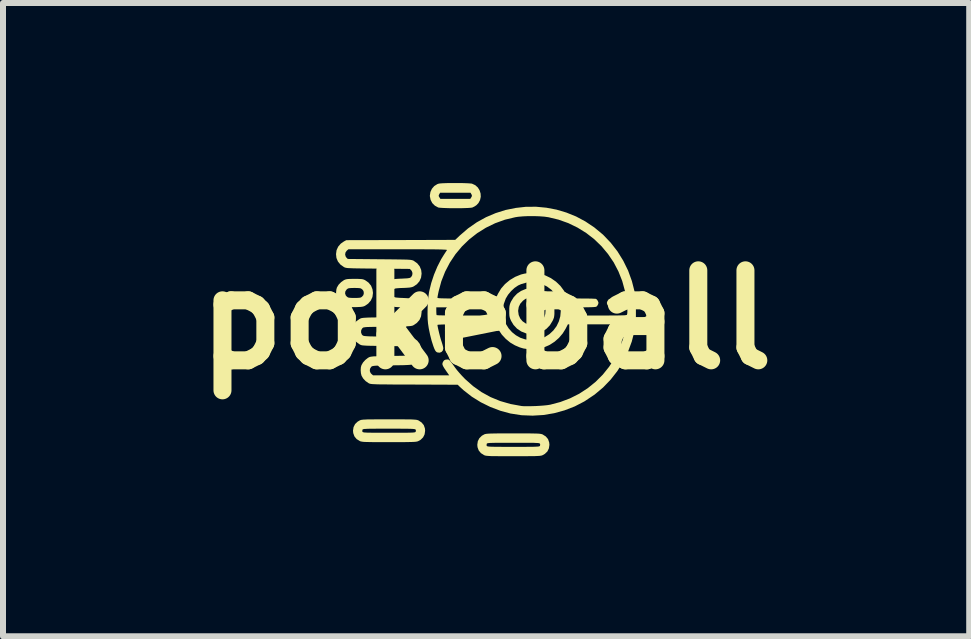
<source format=kicad_pcb>
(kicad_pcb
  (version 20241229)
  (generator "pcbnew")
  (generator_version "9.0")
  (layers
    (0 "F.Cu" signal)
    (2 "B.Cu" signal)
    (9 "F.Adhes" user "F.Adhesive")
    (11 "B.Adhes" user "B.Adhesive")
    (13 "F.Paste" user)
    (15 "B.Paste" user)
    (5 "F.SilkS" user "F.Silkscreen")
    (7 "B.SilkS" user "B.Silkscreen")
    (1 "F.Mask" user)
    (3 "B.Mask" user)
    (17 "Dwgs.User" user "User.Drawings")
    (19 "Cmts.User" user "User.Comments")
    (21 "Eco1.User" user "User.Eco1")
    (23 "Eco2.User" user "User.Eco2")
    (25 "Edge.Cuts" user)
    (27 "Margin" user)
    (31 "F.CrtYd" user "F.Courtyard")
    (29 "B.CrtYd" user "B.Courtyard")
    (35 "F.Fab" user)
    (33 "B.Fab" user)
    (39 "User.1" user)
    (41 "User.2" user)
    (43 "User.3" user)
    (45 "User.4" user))
  (footprint "pokeball"
    (layer "F.Cu")
    (at 5.05 2.276)
    (property "Reference" "pokeball" (at 0 0 0) (layer "F.SilkS") (effects (font (size 1.5 1.5) (thickness 0.3))))
    (attr board_only exclude_from_pos_files exclude_from_bom)
    (fp_poly (pts (xy -0.419 -2.276) (xy -0.357 -2.274) (xy -0.304 -2.272) (xy -0.262 -2.269) (xy -0.236 -2.266) (xy -0.234 -2.265) (xy -0.18 -2.24) (xy -0.138 -2.202) (xy -0.109 -2.155) (xy -0.092 -2.102) (xy -0.089 -2.047) (xy -0.101 -1.992) (xy -0.128 -1.942) (xy -0.16 -1.908) (xy -0.191 -1.887) (xy -0.225 -1.87) (xy -0.234 -1.867) (xy -0.256 -1.864) (xy -0.294 -1.861) (xy -0.345 -1.859) (xy -0.405 -1.857) (xy -0.47 -1.857) (xy -0.538 -1.857) (xy -0.604 -1.857) (xy -0.666 -1.859) (xy -0.72 -1.861) (xy -0.763 -1.864) (xy -0.792 -1.867) (xy -0.799 -1.869) (xy -0.854 -1.899) (xy -0.897 -1.942) (xy -0.925 -1.996) (xy -0.937 -2.057) (xy -0.937 -2.066) (xy -0.937 -2.069) (xy -0.79 -2.069) (xy -0.787 -2.052) (xy -0.778 -2.038) (xy -0.762 -2.012) (xy -0.513 -2.012) (xy -0.264 -2.012) (xy -0.247 -2.038) (xy -0.237 -2.058) (xy -0.238 -2.075) (xy -0.245 -2.089) (xy -0.26 -2.115) (xy -0.513 -2.115) (xy -0.766 -2.115) (xy -0.781 -2.089) (xy -0.79 -2.069) (xy -0.937 -2.069) (xy -0.928 -2.127) (xy -0.903 -2.181) (xy -0.864 -2.226) (xy -0.813 -2.258) (xy -0.792 -2.265) (xy -0.769 -2.269) (xy -0.731 -2.272) (xy -0.679 -2.274) (xy -0.619 -2.276) (xy -0.553 -2.276) (xy -0.485 -2.276)) (stroke (width 0) (type solid)) (fill yes) (layer "F.SilkS"))
    (fp_poly (pts (xy 0.813 -0.521) (xy 0.822 -0.52) (xy 0.907 -0.495) (xy 0.982 -0.454) (xy 1.045 -0.397) (xy 1.095 -0.328) (xy 1.108 -0.303) (xy 1.122 -0.271) (xy 1.131 -0.244) (xy 1.136 -0.216) (xy 1.138 -0.18) (xy 1.138 -0.142) (xy 1.138 -0.095) (xy 1.135 -0.061) (xy 1.13 -0.033) (xy 1.12 -0.006) (xy 1.108 0.02) (xy 1.062 0.095) (xy 1.003 0.155) (xy 0.932 0.201) (xy 0.855 0.229) (xy 0.789 0.241) (xy 0.728 0.241) (xy 0.665 0.229) (xy 0.585 0.197) (xy 0.515 0.15) (xy 0.457 0.088) (xy 0.416 0.02) (xy 0.402 -0.012) (xy 0.393 -0.039) (xy 0.388 -0.067) (xy 0.386 -0.103) (xy 0.386 -0.142) (xy 0.534 -0.142) (xy 0.543 -0.077) (xy 0.568 -0.02) (xy 0.606 0.026) (xy 0.655 0.061) (xy 0.712 0.082) (xy 0.776 0.087) (xy 0.834 0.077) (xy 0.873 0.059) (xy 0.914 0.027) (xy 0.95 -0.012) (xy 0.97 -0.043) (xy 0.986 -0.093) (xy 0.99 -0.151) (xy 0.982 -0.206) (xy 0.97 -0.24) (xy 0.932 -0.294) (xy 0.884 -0.334) (xy 0.83 -0.36) (xy 0.771 -0.371) (xy 0.712 -0.366) (xy 0.655 -0.345) (xy 0.614 -0.315) (xy 0.57 -0.266) (xy 0.544 -0.212) (xy 0.534 -0.151) (xy 0.534 -0.142) (xy 0.386 -0.142) (xy 0.386 -0.189) (xy 0.389 -0.223) (xy 0.395 -0.25) (xy 0.404 -0.277) (xy 0.416 -0.303) (xy 0.46 -0.374) (xy 0.516 -0.433) (xy 0.582 -0.478) (xy 0.656 -0.509) (xy 0.733 -0.524)) (stroke (width 0) (type solid)) (fill yes) (layer "F.SilkS"))
    (fp_poly (pts (xy -2.137 -0.679) (xy -2.097 -0.677) (xy -2.068 -0.675) (xy -2.046 -0.67) (xy -2.028 -0.663) (xy -2.017 -0.658) (xy -1.959 -0.617) (xy -1.917 -0.566) (xy -1.893 -0.505) (xy -1.885 -0.445) (xy -1.894 -0.377) (xy -1.921 -0.318) (xy -1.964 -0.268) (xy -2.017 -0.231) (xy -2.037 -0.222) (xy -2.06 -0.216) (xy -2.089 -0.212) (xy -2.13 -0.21) (xy -2.179 -0.208) (xy -2.228 -0.208) (xy -2.272 -0.209) (xy -2.306 -0.211) (xy -2.325 -0.214) (xy -2.325 -0.214) (xy -2.386 -0.242) (xy -2.437 -0.283) (xy -2.475 -0.333) (xy -2.486 -0.354) (xy -2.497 -0.398) (xy -2.5 -0.439) (xy -2.35 -0.439) (xy -2.339 -0.404) (xy -2.322 -0.385) (xy -2.308 -0.374) (xy -2.293 -0.367) (xy -2.271 -0.364) (xy -2.24 -0.362) (xy -2.193 -0.361) (xy -2.193 -0.361) (xy -2.147 -0.362) (xy -2.115 -0.364) (xy -2.094 -0.367) (xy -2.079 -0.374) (xy -2.065 -0.385) (xy -2.065 -0.385) (xy -2.045 -0.409) (xy -2.038 -0.439) (xy -2.038 -0.445) (xy -2.043 -0.476) (xy -2.061 -0.501) (xy -2.065 -0.504) (xy -2.079 -0.515) (xy -2.094 -0.522) (xy -2.115 -0.525) (xy -2.146 -0.527) (xy -2.193 -0.528) (xy -2.193 -0.528) (xy -2.24 -0.527) (xy -2.271 -0.525) (xy -2.292 -0.522) (xy -2.308 -0.515) (xy -2.322 -0.504) (xy -2.322 -0.504) (xy -2.344 -0.474) (xy -2.35 -0.439) (xy -2.5 -0.439) (xy -2.5 -0.451) (xy -2.495 -0.503) (xy -2.486 -0.535) (xy -2.458 -0.582) (xy -2.416 -0.625) (xy -2.369 -0.658) (xy -2.351 -0.666) (xy -2.332 -0.672) (xy -2.308 -0.676) (xy -2.275 -0.678) (xy -2.229 -0.679) (xy -2.193 -0.679)) (stroke (width 0) (type solid)) (fill yes) (layer "F.SilkS"))
    (fp_poly (pts (xy -1.511 1.661) (xy -1.422 1.661) (xy -1.35 1.662) (xy -1.292 1.662) (xy -1.246 1.663) (xy -1.21 1.665) (xy -1.183 1.667) (xy -1.163 1.669) (xy -1.148 1.672) (xy -1.137 1.676) (xy -1.128 1.679) (xy -1.076 1.713) (xy -1.039 1.757) (xy -1.02 1.811) (xy -1.016 1.851) (xy -1.025 1.912) (xy -1.05 1.962) (xy -1.092 2.003) (xy -1.128 2.023) (xy -1.139 2.028) (xy -1.151 2.031) (xy -1.166 2.034) (xy -1.187 2.036) (xy -1.216 2.038) (xy -1.253 2.039) (xy -1.301 2.04) (xy -1.362 2.041) (xy -1.437 2.041) (xy -1.528 2.041) (xy -1.617 2.041) (xy -1.723 2.041) (xy -1.811 2.041) (xy -1.884 2.041) (xy -1.942 2.04) (xy -1.988 2.039) (xy -2.023 2.038) (xy -2.05 2.036) (xy -2.07 2.033) (xy -2.085 2.03) (xy -2.097 2.027) (xy -2.105 2.023) (xy -2.158 1.99) (xy -2.194 1.946) (xy -2.214 1.891) (xy -2.217 1.859) (xy -2.064 1.859) (xy -2.06 1.868) (xy -2.057 1.872) (xy -2.051 1.876) (xy -2.04 1.878) (xy -2.024 1.881) (xy -1.999 1.882) (xy -1.965 1.884) (xy -1.919 1.884) (xy -1.861 1.885) (xy -1.787 1.885) (xy -1.697 1.885) (xy -1.617 1.885) (xy -1.513 1.885) (xy -1.427 1.885) (xy -1.358 1.885) (xy -1.302 1.884) (xy -1.259 1.883) (xy -1.228 1.882) (xy -1.205 1.88) (xy -1.19 1.878) (xy -1.181 1.875) (xy -1.176 1.871) (xy -1.173 1.868) (xy -1.17 1.843) (xy -1.174 1.834) (xy -1.177 1.83) (xy -1.184 1.827) (xy -1.195 1.824) (xy -1.213 1.822) (xy -1.239 1.82) (xy -1.274 1.819) (xy -1.322 1.818) (xy -1.383 1.818) (xy -1.459 1.817) (xy -1.551 1.817) (xy -1.617 1.817) (xy -1.721 1.817) (xy -1.807 1.817) (xy -1.876 1.818) (xy -1.932 1.818) (xy -1.975 1.819) (xy -2.006 1.821) (xy -2.029 1.822) (xy -2.044 1.825) (xy -2.053 1.828) (xy -2.058 1.831) (xy -2.06 1.834) (xy -2.064 1.859) (xy -2.217 1.859) (xy -2.218 1.851) (xy -2.209 1.791) (xy -2.183 1.74) (xy -2.141 1.7) (xy -2.105 1.679) (xy -2.095 1.675) (xy -2.083 1.671) (xy -2.067 1.669) (xy -2.046 1.666) (xy -2.018 1.665) (xy -1.981 1.663) (xy -1.933 1.662) (xy -1.872 1.662) (xy -1.797 1.661) (xy -1.705 1.661) (xy -1.617 1.661)) (stroke (width 0) (type solid)) (fill yes) (layer "F.SilkS"))
    (fp_poly (pts (xy 0.56 1.896) (xy 0.649 1.896) (xy 0.721 1.896) (xy 0.779 1.897) (xy 0.825 1.898) (xy 0.861 1.899) (xy 0.888 1.901) (xy 0.908 1.904) (xy 0.923 1.907) (xy 0.934 1.91) (xy 0.943 1.914) (xy 0.995 1.947) (xy 1.032 1.991) (xy 1.051 2.046) (xy 1.055 2.086) (xy 1.046 2.146) (xy 1.021 2.197) (xy 0.979 2.237) (xy 0.943 2.258) (xy 0.932 2.262) (xy 0.92 2.266) (xy 0.905 2.268) (xy 0.884 2.271) (xy 0.855 2.272) (xy 0.818 2.274) (xy 0.77 2.275) (xy 0.709 2.275) (xy 0.634 2.276) (xy 0.543 2.276) (xy 0.454 2.276) (xy 0.348 2.276) (xy 0.26 2.276) (xy 0.187 2.275) (xy 0.129 2.275) (xy 0.083 2.274) (xy 0.048 2.272) (xy 0.021 2.27) (xy 0.001 2.268) (xy -0.014 2.265) (xy -0.026 2.261) (xy -0.034 2.258) (xy -0.087 2.224) (xy -0.123 2.18) (xy -0.143 2.126) (xy -0.146 2.093) (xy 0.007 2.093) (xy 0.011 2.103) (xy 0.014 2.107) (xy 0.02 2.11) (xy 0.031 2.113) (xy 0.047 2.115) (xy 0.072 2.117) (xy 0.106 2.118) (xy 0.152 2.119) (xy 0.21 2.119) (xy 0.284 2.12) (xy 0.374 2.12) (xy 0.454 2.12) (xy 0.558 2.12) (xy 0.644 2.12) (xy 0.714 2.119) (xy 0.769 2.119) (xy 0.812 2.118) (xy 0.843 2.116) (xy 0.866 2.115) (xy 0.881 2.112) (xy 0.89 2.109) (xy 0.895 2.106) (xy 0.898 2.103) (xy 0.901 2.078) (xy 0.897 2.068) (xy 0.894 2.064) (xy 0.888 2.061) (xy 0.876 2.058) (xy 0.859 2.056) (xy 0.833 2.055) (xy 0.797 2.053) (xy 0.749 2.052) (xy 0.688 2.052) (xy 0.612 2.052) (xy 0.52 2.052) (xy 0.454 2.052) (xy 0.35 2.052) (xy 0.265 2.052) (xy 0.195 2.052) (xy 0.139 2.053) (xy 0.097 2.054) (xy 0.065 2.055) (xy 0.042 2.057) (xy 0.027 2.059) (xy 0.018 2.062) (xy 0.013 2.066) (xy 0.011 2.068) (xy 0.007 2.093) (xy -0.146 2.093) (xy -0.147 2.086) (xy -0.138 2.025) (xy -0.112 1.975) (xy -0.07 1.934) (xy -0.034 1.914) (xy -0.024 1.909) (xy -0.012 1.906) (xy 0.004 1.903) (xy 0.025 1.901) (xy 0.053 1.899) (xy 0.09 1.898) (xy 0.138 1.897) (xy 0.199 1.896) (xy 0.274 1.896) (xy 0.366 1.896) (xy 0.454 1.896)) (stroke (width 0) (type solid)) (fill yes) (layer "F.SilkS"))
    (fp_poly (pts (xy 1.004 -1.865) (xy 1.173 -1.833) (xy 1.338 -1.784) (xy 1.499 -1.719) (xy 1.654 -1.636) (xy 1.802 -1.537) (xy 1.942 -1.421) (xy 1.95 -1.414) (xy 2.077 -1.281) (xy 2.189 -1.137) (xy 2.285 -0.982) (xy 2.366 -0.817) (xy 2.429 -0.643) (xy 2.474 -0.467) (xy 2.481 -0.427) (xy 2.487 -0.389) (xy 2.491 -0.35) (xy 2.494 -0.306) (xy 2.495 -0.254) (xy 2.496 -0.188) (xy 2.496 -0.142) (xy 2.496 -0.066) (xy 2.495 -0.006) (xy 2.493 0.042) (xy 2.49 0.084) (xy 2.485 0.121) (xy 2.478 0.16) (xy 2.474 0.184) (xy 2.427 0.366) (xy 2.363 0.539) (xy 2.283 0.703) (xy 2.187 0.857) (xy 2.075 1) (xy 1.949 1.131) (xy 1.808 1.249) (xy 1.654 1.352) (xy 1.637 1.363) (xy 1.477 1.446) (xy 1.309 1.511) (xy 1.135 1.559) (xy 0.956 1.589) (xy 0.776 1.6) (xy 0.594 1.593) (xy 0.577 1.591) (xy 0.405 1.564) (xy 0.236 1.518) (xy 0.07 1.455) (xy -0.088 1.377) (xy -0.238 1.284) (xy -0.375 1.177) (xy -0.43 1.127) (xy -0.474 1.085) (xy -1.197 1.082) (xy -1.333 1.082) (xy -1.451 1.081) (xy -1.552 1.081) (xy -1.638 1.08) (xy -1.709 1.079) (xy -1.768 1.079) (xy -1.816 1.078) (xy -1.854 1.076) (xy -1.884 1.075) (xy -1.906 1.073) (xy -1.923 1.071) (xy -1.935 1.068) (xy -1.945 1.065) (xy -1.952 1.062) (xy -1.959 1.058) (xy -2.008 1.024) (xy -2.049 0.98) (xy -2.075 0.936) (xy -2.086 0.894) (xy -2.09 0.844) (xy -2.087 0.795) (xy -2.077 0.759) (xy -2.051 0.714) (xy -2.013 0.672) (xy -1.97 0.638) (xy -1.96 0.632) (xy -1.948 0.626) (xy -1.936 0.621) (xy -1.92 0.618) (xy -1.9 0.615) (xy -1.872 0.612) (xy -1.834 0.611) (xy -1.785 0.609) (xy -1.722 0.608) (xy -1.643 0.606) (xy -1.595 0.606) (xy -1.507 0.604) (xy -1.436 0.603) (xy -1.381 0.602) (xy -1.339 0.6) (xy -1.308 0.598) (xy -1.286 0.596) (xy -1.271 0.593) (xy -1.261 0.589) (xy -1.254 0.584) (xy -1.249 0.579) (xy -1.231 0.548) (xy -1.227 0.512) (xy -1.239 0.479) (xy -1.249 0.466) (xy -1.255 0.461) (xy -1.261 0.456) (xy -1.271 0.453) (xy -1.285 0.45) (xy -1.305 0.448) (xy -1.334 0.446) (xy -1.374 0.444) (xy -1.425 0.443) (xy -1.49 0.442) (xy -1.572 0.441) (xy -1.668 0.44) (xy -1.767 0.438) (xy -1.848 0.437) (xy -1.914 0.436) (xy -1.966 0.435) (xy -2.006 0.433) (xy -2.036 0.431) (xy -2.059 0.429) (xy -2.075 0.426) (xy -2.088 0.422) (xy -2.098 0.417) (xy -2.105 0.414) (xy -2.163 0.372) (xy -2.205 0.321) (xy -2.23 0.261) (xy -2.237 0.2) (xy -2.228 0.133) (xy -2.202 0.073) (xy -2.158 0.023) (xy -2.105 -0.013) (xy -2.095 -0.018) (xy -2.084 -0.023) (xy -2.07 -0.026) (xy -2.052 -0.029) (xy -2.027 -0.031) (xy -1.993 -0.033) (xy -1.949 -0.035) (xy -1.893 -0.036) (xy -1.822 -0.037) (xy -1.735 -0.038) (xy -1.668 -0.039) (xy -1.57 -0.04) (xy -1.489 -0.041) (xy -1.424 -0.043) (xy -1.373 -0.044) (xy -1.334 -0.045) (xy -1.305 -0.047) (xy -1.284 -0.049) (xy -1.27 -0.052) (xy -1.261 -0.056) (xy -1.254 -0.06) (xy -1.249 -0.066) (xy -1.231 -0.096) (xy -1.227 -0.132) (xy -1.239 -0.166) (xy -1.249 -0.179) (xy -1.259 -0.187) (xy -1.272 -0.193) (xy -1.29 -0.198) (xy -1.318 -0.201) (xy -1.359 -0.204) (xy -1.409 -0.206) (xy -1.468 -0.208) (xy -1.511 -0.211) (xy -1.542 -0.216) (xy -1.565 -0.222) (xy -1.585 -0.23) (xy -1.587 -0.232) (xy -1.645 -0.272) (xy -1.687 -0.323) (xy -1.712 -0.383) (xy -1.719 -0.445) (xy -1.71 -0.512) (xy -1.684 -0.571) (xy -1.641 -0.621) (xy -1.587 -0.657) (xy -1.568 -0.666) (xy -1.546 -0.672) (xy -1.516 -0.677) (xy -1.475 -0.68) (xy -1.42 -0.683) (xy -1.409 -0.683) (xy -1.354 -0.686) (xy -1.315 -0.688) (xy -1.288 -0.692) (xy -1.27 -0.696) (xy -1.258 -0.703) (xy -1.249 -0.71) (xy -1.231 -0.741) (xy -1.227 -0.777) (xy -1.239 -0.811) (xy -1.249 -0.823) (xy -1.271 -0.845) (xy -1.8 -0.85) (xy -1.915 -0.851) (xy -2.013 -0.852) (xy -2.094 -0.853) (xy -2.16 -0.854) (xy -2.214 -0.855) (xy -2.256 -0.857) (xy -2.289 -0.858) (xy -2.313 -0.86) (xy -2.332 -0.863) (xy -2.345 -0.866) (xy -2.355 -0.869) (xy -2.365 -0.874) (xy -2.369 -0.876) (xy -2.427 -0.917) (xy -2.469 -0.968) (xy -2.494 -1.028) (xy -2.5 -1.084) (xy -2.349 -1.084) (xy -2.339 -1.049) (xy -2.327 -1.033) (xy -2.305 -1.011) (xy -1.775 -1.006) (xy -1.66 -1.005) (xy -1.563 -1.004) (xy -1.482 -1.003) (xy -1.415 -1.002) (xy -1.362 -1.001) (xy -1.319 -1) (xy -1.287 -0.998) (xy -1.262 -0.996) (xy -1.244 -0.993) (xy -1.231 -0.99) (xy -1.22 -0.987) (xy -1.211 -0.983) (xy -1.206 -0.98) (xy -1.148 -0.939) (xy -1.107 -0.888) (xy -1.082 -0.828) (xy -1.075 -0.767) (xy -1.084 -0.699) (xy -1.11 -0.64) (xy -1.153 -0.59) (xy -1.206 -0.554) (xy -1.226 -0.545) (xy -1.248 -0.539) (xy -1.278 -0.534) (xy -1.319 -0.531) (xy -1.374 -0.528) (xy -1.385 -0.528) (xy -1.44 -0.526) (xy -1.479 -0.523) (xy -1.506 -0.52) (xy -1.524 -0.515) (xy -1.536 -0.509) (xy -1.545 -0.501) (xy -1.563 -0.47) (xy -1.567 -0.434) (xy -1.555 -0.4) (xy -1.545 -0.388) (xy -1.535 -0.379) (xy -1.522 -0.373) (xy -1.504 -0.369) (xy -1.476 -0.366) (xy -1.435 -0.363) (xy -1.385 -0.361) (xy -1.326 -0.358) (xy -1.283 -0.355) (xy -1.252 -0.351) (xy -1.229 -0.345) (xy -1.209 -0.337) (xy -1.206 -0.335) (xy -1.149 -0.295) (xy -1.107 -0.244) (xy -1.082 -0.184) (xy -1.075 -0.122) (xy -1.084 -0.055) (xy -1.11 0.005) (xy -1.154 0.055) (xy -1.206 0.091) (xy -1.217 0.096) (xy -1.228 0.101) (xy -1.242 0.104) (xy -1.26 0.107) (xy -1.285 0.109) (xy -1.319 0.111) (xy -1.362 0.113) (xy -1.419 0.114) (xy -1.49 0.115) (xy -1.577 0.116) (xy -1.643 0.117) (xy -1.742 0.118) (xy -1.823 0.12) (xy -1.888 0.121) (xy -1.939 0.122) (xy -1.978 0.123) (xy -2.007 0.125) (xy -2.027 0.128) (xy -2.041 0.13) (xy -2.051 0.134) (xy -2.057 0.139) (xy -2.063 0.144) (xy -2.081 0.175) (xy -2.084 0.211) (xy -2.073 0.244) (xy -2.063 0.257) (xy -2.057 0.262) (xy -2.051 0.266) (xy -2.041 0.27) (xy -2.027 0.273) (xy -2.006 0.275) (xy -1.977 0.277) (xy -1.938 0.279) (xy -1.887 0.28) (xy -1.821 0.281) (xy -1.74 0.282) (xy -1.643 0.283) (xy -1.545 0.285) (xy -1.463 0.286) (xy -1.398 0.287) (xy -1.346 0.288) (xy -1.306 0.29) (xy -1.276 0.292) (xy -1.253 0.294) (xy -1.237 0.297) (xy -1.224 0.301) (xy -1.213 0.306) (xy -1.206 0.309) (xy -1.148 0.35) (xy -1.107 0.402) (xy -1.082 0.462) (xy -1.075 0.523) (xy -1.084 0.59) (xy -1.11 0.649) (xy -1.154 0.7) (xy -1.206 0.736) (xy -1.218 0.742) (xy -1.23 0.746) (xy -1.246 0.75) (xy -1.266 0.753) (xy -1.295 0.755) (xy -1.333 0.757) (xy -1.382 0.759) (xy -1.446 0.76) (xy -1.526 0.761) (xy -1.57 0.762) (xy -1.658 0.763) (xy -1.729 0.765) (xy -1.784 0.766) (xy -1.827 0.767) (xy -1.857 0.769) (xy -1.879 0.772) (xy -1.894 0.775) (xy -1.904 0.779) (xy -1.911 0.784) (xy -1.916 0.789) (xy -1.935 0.82) (xy -1.938 0.856) (xy -1.925 0.889) (xy -1.911 0.905) (xy -1.884 0.928) (xy -1.25 0.928) (xy -0.615 0.928) (xy -0.668 0.852) (xy -0.698 0.808) (xy -0.717 0.775) (xy -0.727 0.751) (xy -0.728 0.731) (xy -0.722 0.712) (xy -0.719 0.705) (xy -0.701 0.679) (xy -0.676 0.667) (xy -0.645 0.664) (xy -0.633 0.665) (xy -0.622 0.668) (xy -0.611 0.677) (xy -0.596 0.692) (xy -0.577 0.717) (xy -0.55 0.753) (xy -0.516 0.801) (xy -0.487 0.839) (xy -0.448 0.885) (xy -0.404 0.934) (xy -0.359 0.981) (xy -0.348 0.992) (xy -0.217 1.108) (xy -0.076 1.208) (xy 0.075 1.291) (xy 0.236 1.357) (xy 0.407 1.406) (xy 0.588 1.439) (xy 0.596 1.44) (xy 0.636 1.443) (xy 0.691 1.443) (xy 0.756 1.442) (xy 0.826 1.44) (xy 0.896 1.436) (xy 0.963 1.431) (xy 1.02 1.425) (xy 1.064 1.418) (xy 1.066 1.418) (xy 1.236 1.373) (xy 1.398 1.312) (xy 1.551 1.235) (xy 1.694 1.142) (xy 1.825 1.036) (xy 1.944 0.917) (xy 2.05 0.785) (xy 2.142 0.643) (xy 2.218 0.49) (xy 2.279 0.329) (xy 2.314 0.192) (xy 2.323 0.151) (xy 2.33 0.117) (xy 2.334 0.094) (xy 2.335 0.088) (xy 2.325 0.085) (xy 2.296 0.083) (xy 2.247 0.081) (xy 2.179 0.08) (xy 2.092 0.079) (xy 1.985 0.078) (xy 1.859 0.078) (xy 1.849 0.078) (xy 1.363 0.078) (xy 1.324 0.154) (xy 1.276 0.231) (xy 1.214 0.304) (xy 1.141 0.368) (xy 1.064 0.418) (xy 1.044 0.428) (xy 0.974 0.458) (xy 0.912 0.478) (xy 0.848 0.489) (xy 0.777 0.493) (xy 0.762 0.493) (xy 0.688 0.49) (xy 0.624 0.481) (xy 0.562 0.463) (xy 0.494 0.434) (xy 0.48 0.428) (xy 0.402 0.382) (xy 0.328 0.321) (xy 0.262 0.25) (xy 0.21 0.173) (xy 0.2 0.154) (xy 0.161 0.078) (xy -0.325 0.078) (xy -0.452 0.078) (xy -0.56 0.079) (xy -0.649 0.08) (xy -0.719 0.081) (xy -0.769 0.083) (xy -0.8 0.085) (xy -0.811 0.088) (xy -0.811 0.088) (xy -0.808 0.109) (xy -0.801 0.144) (xy -0.791 0.188) (xy -0.779 0.238) (xy -0.766 0.288) (xy -0.753 0.334) (xy -0.742 0.367) (xy -0.729 0.408) (xy -0.719 0.445) (xy -0.714 0.472) (xy -0.713 0.478) (xy -0.721 0.514) (xy -0.743 0.539) (xy -0.774 0.551) (xy -0.809 0.547) (xy -0.82 0.543) (xy -0.835 0.532) (xy -0.849 0.513) (xy -0.863 0.484) (xy -0.879 0.442) (xy -0.908 0.352) (xy -0.934 0.249) (xy -0.956 0.143) (xy -0.968 0.063) (xy -0.974 -0.008) (xy -0.976 -0.093) (xy -0.975 -0.185) (xy -0.974 -0.205) (xy -0.83 -0.205) (xy -0.83 -0.143) (xy -0.829 -0.11) (xy -0.827 -0.085) (xy -0.824 -0.075) (xy -0.813 -0.074) (xy -0.785 -0.072) (xy -0.741 -0.071) (xy -0.683 -0.07) (xy -0.613 -0.07) (xy -0.533 -0.069) (xy -0.445 -0.069) (xy -0.351 -0.068) (xy -0.345 -0.068) (xy 0.127 -0.068) (xy 0.127 -0.137) (xy 0.127 -0.172) (xy 0.281 -0.172) (xy 0.283 -0.086) (xy 0.301 -0.003) (xy 0.332 0.075) (xy 0.376 0.146) (xy 0.432 0.209) (xy 0.497 0.261) (xy 0.57 0.302) (xy 0.651 0.329) (xy 0.737 0.342) (xy 0.828 0.337) (xy 0.891 0.324) (xy 0.979 0.29) (xy 1.056 0.241) (xy 1.121 0.18) (xy 1.174 0.109) (xy 1.212 0.03) (xy 1.236 -0.055) (xy 1.244 -0.144) (xy 1.235 -0.234) (xy 1.209 -0.323) (xy 1.198 -0.347) (xy 1.149 -0.428) (xy 1.088 -0.497) (xy 1.016 -0.551) (xy 0.936 -0.591) (xy 0.85 -0.616) (xy 0.761 -0.625) (xy 0.671 -0.617) (xy 0.582 -0.591) (xy 0.533 -0.569) (xy 0.474 -0.529) (xy 0.417 -0.476) (xy 0.366 -0.415) (xy 0.328 -0.352) (xy 0.327 -0.35) (xy 0.295 -0.261) (xy 0.281 -0.172) (xy 0.127 -0.172) (xy 0.127 -0.205) (xy -0.352 -0.205) (xy -0.83 -0.205) (xy -0.974 -0.205) (xy -0.971 -0.278) (xy -0.963 -0.366) (xy -0.963 -0.367) (xy -0.811 -0.367) (xy -0.809 -0.363) (xy -0.803 -0.36) (xy -0.79 -0.358) (xy -0.77 -0.356) (xy -0.741 -0.355) (xy -0.7 -0.354) (xy -0.648 -0.353) (xy -0.581 -0.352) (xy -0.5 -0.352) (xy -0.401 -0.352) (xy -0.325 -0.352) (xy 0.161 -0.353) (xy 0.199 -0.433) (xy 0.25 -0.518) (xy 0.316 -0.594) (xy 0.396 -0.66) (xy 0.485 -0.713) (xy 0.581 -0.752) (xy 0.637 -0.766) (xy 0.711 -0.778) (xy 0.778 -0.78) (xy 0.848 -0.773) (xy 0.887 -0.766) (xy 0.986 -0.737) (xy 1.079 -0.692) (xy 1.164 -0.633) (xy 1.238 -0.562) (xy 1.298 -0.481) (xy 1.325 -0.433) (xy 1.363 -0.353) (xy 1.589 -0.352) (xy 1.654 -0.352) (xy 1.714 -0.351) (xy 1.764 -0.35) (xy 1.802 -0.348) (xy 1.826 -0.347) (xy 1.831 -0.346) (xy 1.847 -0.333) (xy 1.862 -0.311) (xy 1.862 -0.31) (xy 1.872 -0.285) (xy 1.869 -0.263) (xy 1.865 -0.253) (xy 1.851 -0.229) (xy 1.836 -0.215) (xy 1.821 -0.212) (xy 1.79 -0.209) (xy 1.746 -0.207) (xy 1.691 -0.206) (xy 1.629 -0.205) (xy 1.608 -0.205) (xy 1.397 -0.205) (xy 1.397 -0.137) (xy 1.397 -0.068) (xy 1.87 -0.068) (xy 1.979 -0.068) (xy 2.07 -0.069) (xy 2.145 -0.069) (xy 2.205 -0.07) (xy 2.252 -0.071) (xy 2.288 -0.072) (xy 2.313 -0.073) (xy 2.331 -0.076) (xy 2.341 -0.078) (xy 2.347 -0.081) (xy 2.348 -0.084) (xy 2.352 -0.102) (xy 2.354 -0.132) (xy 2.354 -0.152) (xy 2.354 -0.205) (xy 2.204 -0.205) (xy 2.053 -0.205) (xy 2.033 -0.231) (xy 2.018 -0.255) (xy 2.012 -0.278) (xy 2.012 -0.278) (xy 2.018 -0.301) (xy 2.033 -0.326) (xy 2.033 -0.326) (xy 2.041 -0.336) (xy 2.05 -0.343) (xy 2.063 -0.348) (xy 2.084 -0.35) (xy 2.115 -0.351) (xy 2.161 -0.352) (xy 2.194 -0.352) (xy 2.25 -0.352) (xy 2.289 -0.353) (xy 2.314 -0.355) (xy 2.329 -0.358) (xy 2.334 -0.363) (xy 2.335 -0.367) (xy 2.333 -0.382) (xy 2.328 -0.412) (xy 2.32 -0.45) (xy 2.314 -0.476) (xy 2.268 -0.644) (xy 2.205 -0.803) (xy 2.126 -0.954) (xy 2.031 -1.094) (xy 1.923 -1.223) (xy 1.802 -1.34) (xy 1.668 -1.444) (xy 1.524 -1.533) (xy 1.37 -1.608) (xy 1.207 -1.666) (xy 1.04 -1.706) (xy 0.971 -1.716) (xy 0.888 -1.722) (xy 0.797 -1.725) (xy 0.705 -1.725) (xy 0.615 -1.721) (xy 0.535 -1.714) (xy 0.484 -1.706) (xy 0.313 -1.665) (xy 0.15 -1.606) (xy -0.004 -1.531) (xy -0.148 -1.441) (xy -0.281 -1.337) (xy -0.402 -1.22) (xy -0.51 -1.091) (xy -0.604 -0.95) (xy -0.683 -0.799) (xy -0.746 -0.639) (xy -0.79 -0.476) (xy -0.799 -0.434) (xy -0.806 -0.398) (xy -0.81 -0.374) (xy -0.811 -0.367) (xy -0.963 -0.367) (xy -0.953 -0.444) (xy -0.948 -0.473) (xy -0.914 -0.611) (xy -0.868 -0.75) (xy -0.812 -0.884) (xy -0.749 -1.007) (xy -0.707 -1.075) (xy -0.685 -1.109) (xy -0.666 -1.138) (xy -0.654 -1.156) (xy -0.652 -1.16) (xy -0.654 -1.162) (xy -0.664 -1.164) (xy -0.682 -1.166) (xy -0.711 -1.167) (xy -0.751 -1.169) (xy -0.803 -1.17) (xy -0.867 -1.171) (xy -0.946 -1.171) (xy -1.04 -1.172) (xy -1.15 -1.172) (xy -1.277 -1.172) (xy -1.423 -1.172) (xy -1.469 -1.172) (xy -2.295 -1.172) (xy -2.322 -1.149) (xy -2.343 -1.119) (xy -2.349 -1.084) (xy -2.5 -1.084) (xy -2.501 -1.089) (xy -2.492 -1.157) (xy -2.465 -1.216) (xy -2.422 -1.266) (xy -2.369 -1.303) (xy -2.33 -1.324) (xy -1.422 -1.326) (xy -0.515 -1.329) (xy -0.438 -1.402) (xy -0.301 -1.52) (xy -0.155 -1.622) (xy -0.001 -1.707) (xy 0.159 -1.775) (xy 0.324 -1.827) (xy 0.492 -1.861) (xy 0.662 -1.88) (xy 0.834 -1.881)) (stroke (width 0) (type solid)) (fill yes) (layer "F.SilkS")))
  (gr_rect
    (start -3 -3)
    (end 13.1 7.552)
    (stroke (width 0.1) (type default))
    (fill no)
    (layer "Edge.Cuts")))
</source>
